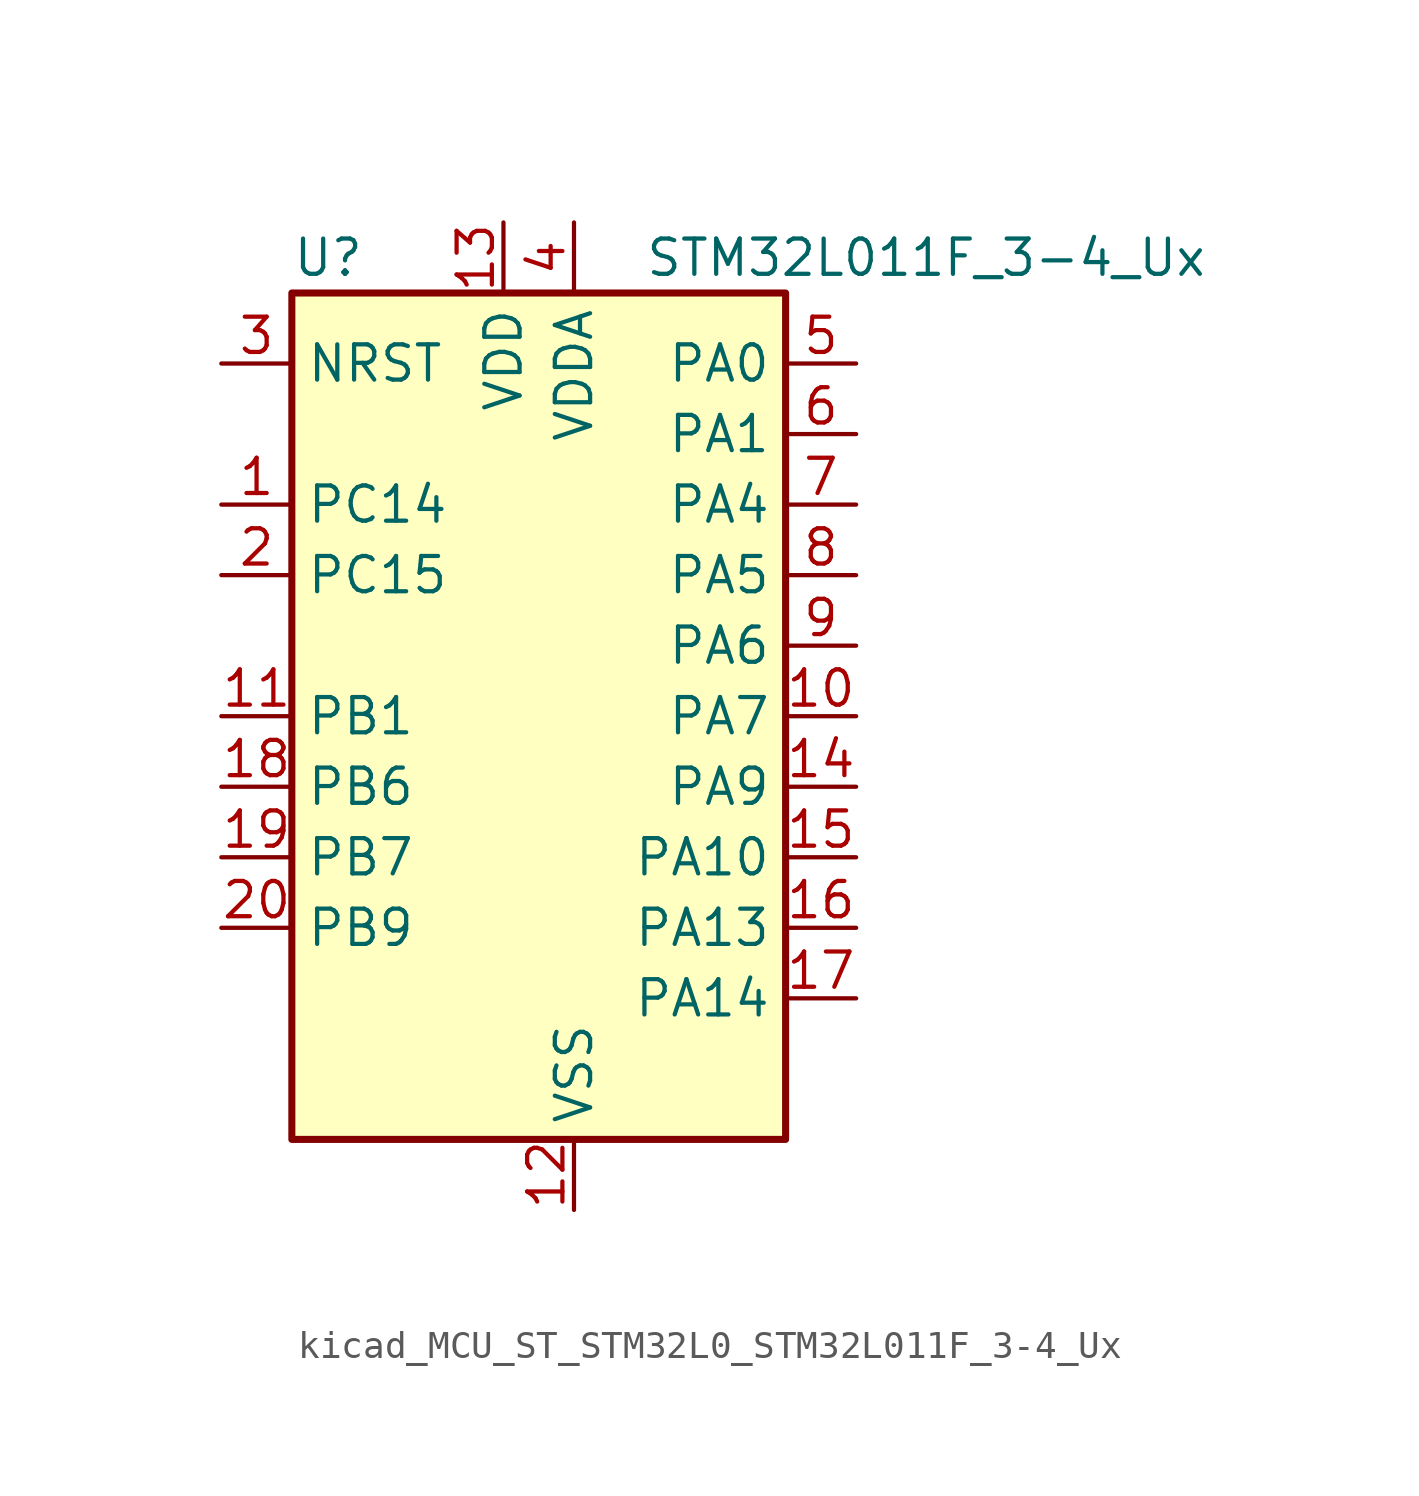
<source format=kicad_sym>
(kicad_symbol_lib
  (version 20220914)
  (generator kicad_symbol_editor)
  (symbol "kicad_MCU_ST_STM32L0_STM32L011F_3-4_Ux"
    (property "Reference" "U"
      (at -7.62 16.51 0)
      (effects (font (size 1.27 1.27)) (justify left)))
    (property "Value" "STM32L011F_3-4_Ux"
      (at 5.08 16.51 0)
      (effects (font (size 1.27 1.27)) (justify left)))
    (property "ki_locked" ""
      (at 0 0 0)
      (effects (font (size 1.27 1.27))))
    (symbol "kicad_MCU_ST_STM32L0_STM32L011F_3-4_Ux_0_1"
      (rectangle (start -7.62 -15.24) (end 10.16 15.24) (stroke (width 0.254) (type default)) (fill (type background))))
    (symbol "kicad_MCU_ST_STM32L0_STM32L011F_3-4_Ux_1_1"
      (pin bidirectional line (at -10.16 7.62 0) (length 2.54) (name "PC14" (effects (font (size 1.27 1.27)))) (number "1" (effects (font (size 1.27 1.27)))) (alternate "RCC_OSC32_IN" bidirectional line))
      (pin bidirectional line (at 12.7 0 180) (length 2.54) (name "PA7" (effects (font (size 1.27 1.27)))) (number "10" (effects (font (size 1.27 1.27)))) (alternate "ADC_IN7" bidirectional line) (alternate "COMP2_INP" bidirectional line) (alternate "COMP2_OUT" bidirectional line) (alternate "LPTIM1_OUT" bidirectional line) (alternate "SPI1_MOSI" bidirectional line) (alternate "TIM21_ETR" bidirectional line) (alternate "USART2_CTS" bidirectional line))
      (pin bidirectional line (at -10.16 0 0) (length 2.54) (name "PB1" (effects (font (size 1.27 1.27)))) (number "11" (effects (font (size 1.27 1.27)))) (alternate "ADC_IN9" bidirectional line) (alternate "LPTIM1_IN1" bidirectional line) (alternate "LPUART1_DE" bidirectional line) (alternate "LPUART1_RTS" bidirectional line) (alternate "SPI1_MOSI" bidirectional line) (alternate "SYS_VREF_OUT_PB1" bidirectional line) (alternate "TIM2_CH4" bidirectional line) (alternate "USART2_CK" bidirectional line))
      (pin power_in line (at 2.54 -17.78 90) (length 2.54) (name "VSS" (effects (font (size 1.27 1.27)))) (number "12" (effects (font (size 1.27 1.27)))))
      (pin power_in line (at 0 17.78 270) (length 2.54) (name "VDD" (effects (font (size 1.27 1.27)))) (number "13" (effects (font (size 1.27 1.27)))))
      (pin bidirectional line (at 12.7 -2.54 180) (length 2.54) (name "PA9" (effects (font (size 1.27 1.27)))) (number "14" (effects (font (size 1.27 1.27)))) (alternate "COMP1_OUT" bidirectional line) (alternate "I2C1_SCL" bidirectional line) (alternate "LPTIM1_OUT" bidirectional line) (alternate "RCC_MCO" bidirectional line) (alternate "TIM21_CH2" bidirectional line) (alternate "USART2_TX" bidirectional line))
      (pin bidirectional line (at 12.7 -5.08 180) (length 2.54) (name "PA10" (effects (font (size 1.27 1.27)))) (number "15" (effects (font (size 1.27 1.27)))) (alternate "COMP1_OUT" bidirectional line) (alternate "I2C1_SDA" bidirectional line) (alternate "RTC_REFIN" bidirectional line) (alternate "TIM21_CH1" bidirectional line) (alternate "TIM2_CH3" bidirectional line) (alternate "USART2_RX" bidirectional line))
      (pin bidirectional line (at 12.7 -7.62 180) (length 2.54) (name "PA13" (effects (font (size 1.27 1.27)))) (number "16" (effects (font (size 1.27 1.27)))) (alternate "COMP1_OUT" bidirectional line) (alternate "I2C1_SDA" bidirectional line) (alternate "LPTIM1_ETR" bidirectional line) (alternate "LPUART1_RX" bidirectional line) (alternate "SPI1_SCK" bidirectional line) (alternate "SYS_SWDIO" bidirectional line))
      (pin bidirectional line (at 12.7 -10.16 180) (length 2.54) (name "PA14" (effects (font (size 1.27 1.27)))) (number "17" (effects (font (size 1.27 1.27)))) (alternate "COMP2_OUT" bidirectional line) (alternate "I2C1_SMBA" bidirectional line) (alternate "LPTIM1_OUT" bidirectional line) (alternate "LPUART1_TX" bidirectional line) (alternate "SPI1_MISO" bidirectional line) (alternate "SYS_SWCLK" bidirectional line) (alternate "USART2_TX" bidirectional line))
      (pin bidirectional line (at -10.16 -2.54 0) (length 2.54) (name "PB6" (effects (font (size 1.27 1.27)))) (number "18" (effects (font (size 1.27 1.27)))) (alternate "COMP2_INP" bidirectional line) (alternate "I2C1_SCL" bidirectional line) (alternate "LPTIM1_ETR" bidirectional line) (alternate "LPUART1_TX" bidirectional line) (alternate "TIM2_CH3" bidirectional line) (alternate "USART2_TX" bidirectional line))
      (pin bidirectional line (at -10.16 -5.08 0) (length 2.54) (name "PB7" (effects (font (size 1.27 1.27)))) (number "19" (effects (font (size 1.27 1.27)))) (alternate "COMP2_INP" bidirectional line) (alternate "I2C1_SDA" bidirectional line) (alternate "LPTIM1_IN2" bidirectional line) (alternate "LPUART1_RX" bidirectional line) (alternate "SYS_PVD_IN" bidirectional line) (alternate "TIM2_CH4" bidirectional line) (alternate "USART2_RX" bidirectional line))
      (pin bidirectional line (at -10.16 5.08 0) (length 2.54) (name "PC15" (effects (font (size 1.27 1.27)))) (number "2" (effects (font (size 1.27 1.27)))) (alternate "RCC_OSC32_OUT" bidirectional line))
      (pin bidirectional line (at -10.16 -7.62 0) (length 2.54) (name "PB9" (effects (font (size 1.27 1.27)))) (number "20" (effects (font (size 1.27 1.27)))))
      (pin input line (at -10.16 12.7 0) (length 2.54) (name "NRST" (effects (font (size 1.27 1.27)))) (number "3" (effects (font (size 1.27 1.27)))))
      (pin power_in line (at 2.54 17.78 270) (length 2.54) (name "VDDA" (effects (font (size 1.27 1.27)))) (number "4" (effects (font (size 1.27 1.27)))))
      (pin bidirectional line (at 12.7 12.7 180) (length 2.54) (name "PA0" (effects (font (size 1.27 1.27)))) (number "5" (effects (font (size 1.27 1.27)))) (alternate "ADC_IN0" bidirectional line) (alternate "COMP1_INM" bidirectional line) (alternate "COMP1_OUT" bidirectional line) (alternate "LPTIM1_IN1" bidirectional line) (alternate "LPUART1_RX" bidirectional line) (alternate "RCC_CK_IN" bidirectional line) (alternate "RTC_TAMP2" bidirectional line) (alternate "SYS_WKUP1" bidirectional line) (alternate "TIM2_CH1" bidirectional line) (alternate "TIM2_ETR" bidirectional line) (alternate "USART2_CTS" bidirectional line) (alternate "USART2_RX" bidirectional line))
      (pin bidirectional line (at 12.7 10.16 180) (length 2.54) (name "PA1" (effects (font (size 1.27 1.27)))) (number "6" (effects (font (size 1.27 1.27)))) (alternate "ADC_IN1" bidirectional line) (alternate "COMP1_INP" bidirectional line) (alternate "I2C1_SMBA" bidirectional line) (alternate "LPTIM1_IN2" bidirectional line) (alternate "LPUART1_TX" bidirectional line) (alternate "TIM21_ETR" bidirectional line) (alternate "TIM2_CH2" bidirectional line) (alternate "USART2_DE" bidirectional line) (alternate "USART2_RTS" bidirectional line))
      (pin bidirectional line (at 12.7 7.62 180) (length 2.54) (name "PA4" (effects (font (size 1.27 1.27)))) (number "7" (effects (font (size 1.27 1.27)))) (alternate "ADC_IN4" bidirectional line) (alternate "COMP1_INM" bidirectional line) (alternate "COMP2_INM" bidirectional line) (alternate "COMP2_OUT" bidirectional line) (alternate "I2C1_SCL" bidirectional line) (alternate "LPTIM1_ETR" bidirectional line) (alternate "LPTIM1_IN1" bidirectional line) (alternate "LPUART1_TX" bidirectional line) (alternate "SPI1_NSS" bidirectional line) (alternate "TIM2_ETR" bidirectional line) (alternate "USART2_CK" bidirectional line))
      (pin bidirectional line (at 12.7 5.08 180) (length 2.54) (name "PA5" (effects (font (size 1.27 1.27)))) (number "8" (effects (font (size 1.27 1.27)))) (alternate "ADC_IN5" bidirectional line) (alternate "COMP1_INM" bidirectional line) (alternate "COMP2_INM" bidirectional line) (alternate "LPTIM1_IN2" bidirectional line) (alternate "SPI1_SCK" bidirectional line) (alternate "TIM2_CH1" bidirectional line) (alternate "TIM2_ETR" bidirectional line))
      (pin bidirectional line (at 12.7 2.54 180) (length 2.54) (name "PA6" (effects (font (size 1.27 1.27)))) (number "9" (effects (font (size 1.27 1.27)))) (alternate "ADC_IN6" bidirectional line) (alternate "COMP1_OUT" bidirectional line) (alternate "LPTIM1_ETR" bidirectional line) (alternate "LPUART1_CTS" bidirectional line) (alternate "SPI1_MISO" bidirectional line)))))
</source>
